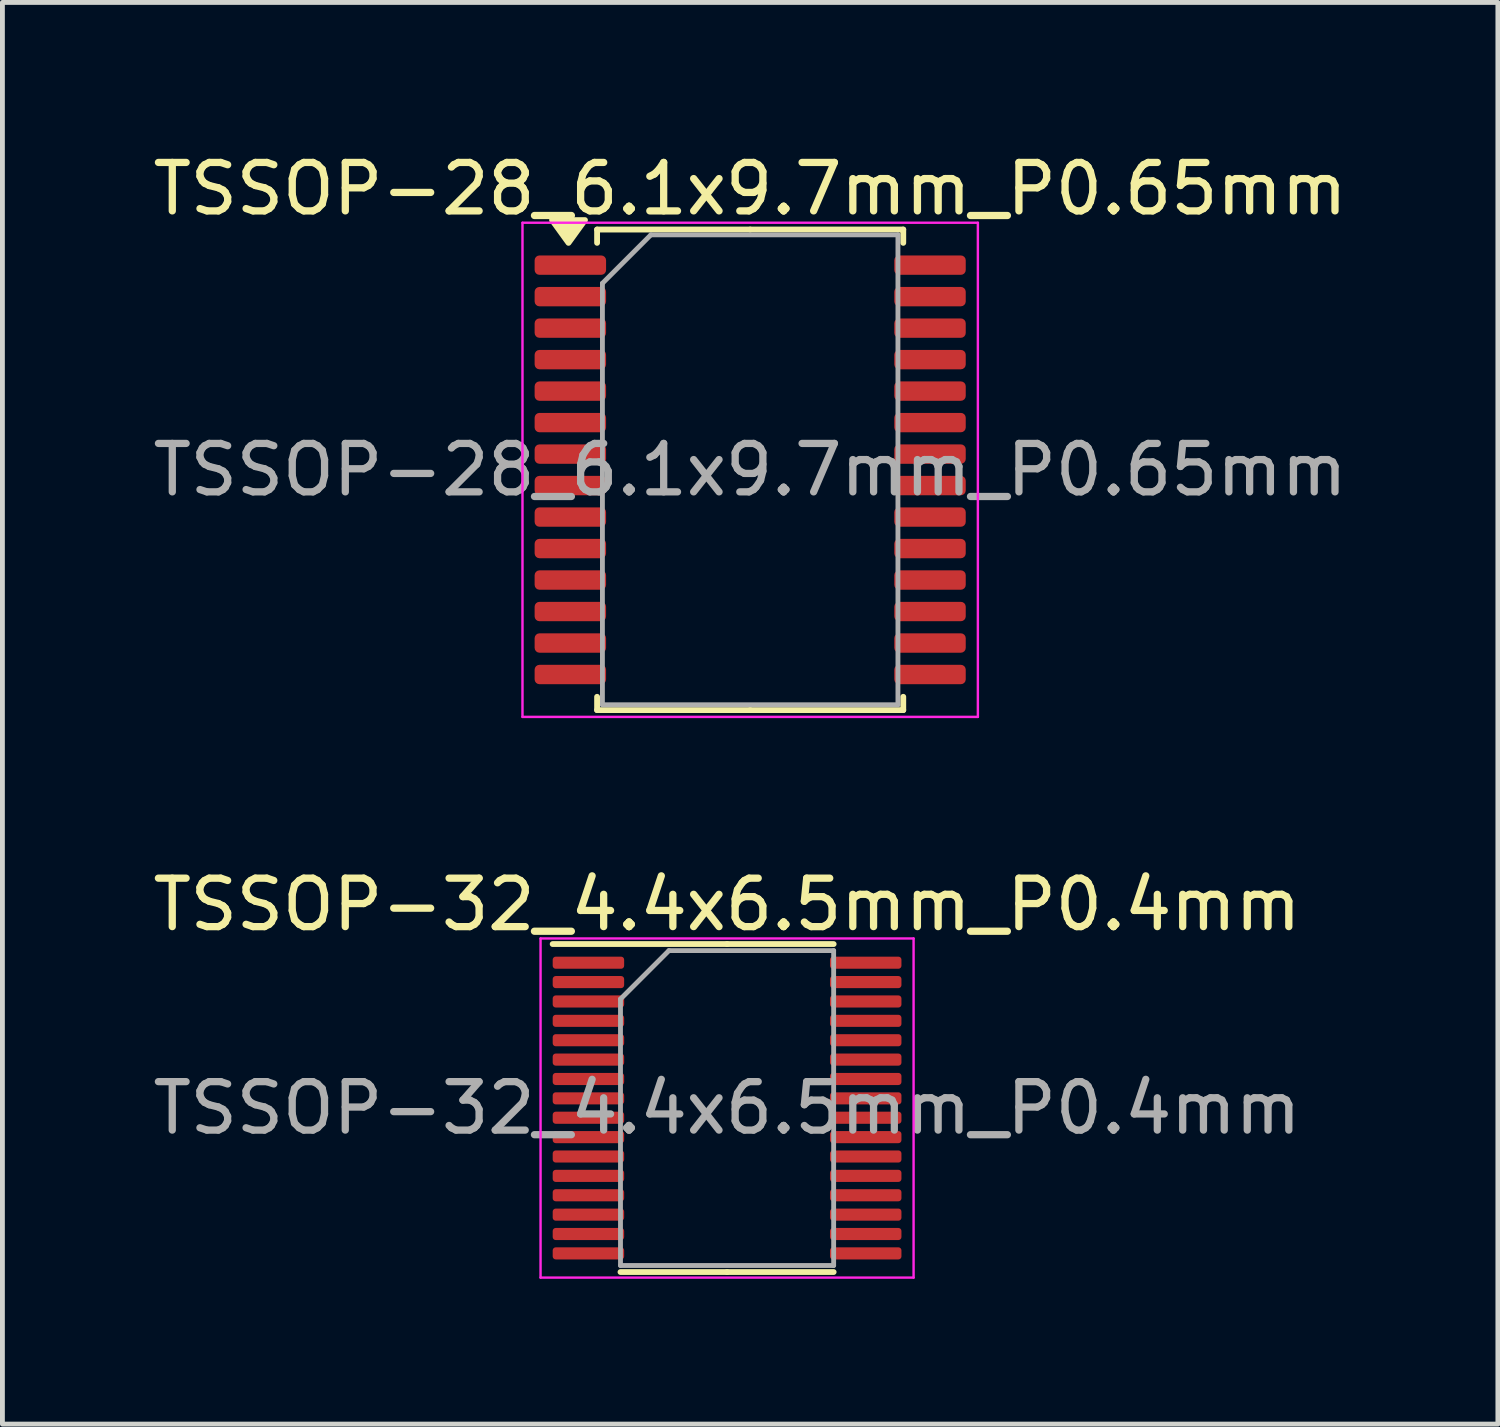
<source format=kicad_pcb>
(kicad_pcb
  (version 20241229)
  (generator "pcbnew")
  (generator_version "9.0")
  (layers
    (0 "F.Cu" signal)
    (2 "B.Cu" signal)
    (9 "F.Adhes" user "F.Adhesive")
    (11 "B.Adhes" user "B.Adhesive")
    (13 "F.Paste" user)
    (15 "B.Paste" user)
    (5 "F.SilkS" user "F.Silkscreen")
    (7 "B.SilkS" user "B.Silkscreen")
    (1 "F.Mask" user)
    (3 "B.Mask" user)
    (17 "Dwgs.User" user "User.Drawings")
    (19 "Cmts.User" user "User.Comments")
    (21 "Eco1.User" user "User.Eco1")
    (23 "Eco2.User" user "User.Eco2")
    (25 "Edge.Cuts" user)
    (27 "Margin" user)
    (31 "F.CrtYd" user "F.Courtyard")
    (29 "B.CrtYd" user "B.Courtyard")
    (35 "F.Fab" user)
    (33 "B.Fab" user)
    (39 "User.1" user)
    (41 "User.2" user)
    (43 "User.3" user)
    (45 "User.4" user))
  (footprint "TSSOP-32_4.4x6.5mm_P0.4mm"
    (layer "F.Cu")
    (at 11.958 19.822)
    (property "Reference" "TSSOP-32_4.4x6.5mm_P0.4mm" (at 0 -4.2 0) (layer "F.SilkS") (effects (font (size 1 1) (thickness 0.15))))
    (attr smd)
    (fp_line (start 0 -3.385) (end -3.6 -3.385) (stroke (width 0.12) (type solid)) (layer "F.SilkS"))
    (fp_line (start 0 -3.385) (end 2.2 -3.385) (stroke (width 0.12) (type solid)) (layer "F.SilkS"))
    (fp_line (start 0 3.385) (end -2.2 3.385) (stroke (width 0.12) (type solid)) (layer "F.SilkS"))
    (fp_line (start 0 3.385) (end 2.2 3.385) (stroke (width 0.12) (type solid)) (layer "F.SilkS"))
    (fp_line (start -3.85 -3.5) (end -3.85 3.5) (stroke (width 0.05) (type solid)) (layer "F.CrtYd"))
    (fp_line (start -3.85 3.5) (end 3.85 3.5) (stroke (width 0.05) (type solid)) (layer "F.CrtYd"))
    (fp_line (start 3.85 -3.5) (end -3.85 -3.5) (stroke (width 0.05) (type solid)) (layer "F.CrtYd"))
    (fp_line (start 3.85 3.5) (end 3.85 -3.5) (stroke (width 0.05) (type solid)) (layer "F.CrtYd"))
    (fp_line (start -2.2 -2.25) (end -1.2 -3.25) (stroke (width 0.1) (type solid)) (layer "F.Fab"))
    (fp_line (start -2.2 3.25) (end -2.2 -2.25) (stroke (width 0.1) (type solid)) (layer "F.Fab"))
    (fp_line (start -1.2 -3.25) (end 2.2 -3.25) (stroke (width 0.1) (type solid)) (layer "F.Fab"))
    (fp_line (start 2.2 -3.25) (end 2.2 3.25) (stroke (width 0.1) (type solid)) (layer "F.Fab"))
    (fp_line (start 2.2 3.25) (end -2.2 3.25) (stroke (width 0.1) (type solid)) (layer "F.Fab"))
    (fp_text user "${REFERENCE}" (at 0 0 0) (layer "F.Fab") (effects (font (size 1 1) (thickness 0.15))))
    (pad "1" smd roundrect (at -2.862 -3) (size 1.475 0.25) (layers "F.Cu" "F.Mask" "F.Paste") (roundrect_rratio 0.25))
    (pad "2" smd roundrect (at -2.862 -2.6) (size 1.475 0.25) (layers "F.Cu" "F.Mask" "F.Paste") (roundrect_rratio 0.25))
    (pad "3" smd roundrect (at -2.862 -2.2) (size 1.475 0.25) (layers "F.Cu" "F.Mask" "F.Paste") (roundrect_rratio 0.25))
    (pad "4" smd roundrect (at -2.862 -1.8) (size 1.475 0.25) (layers "F.Cu" "F.Mask" "F.Paste") (roundrect_rratio 0.25))
    (pad "5" smd roundrect (at -2.862 -1.4) (size 1.475 0.25) (layers "F.Cu" "F.Mask" "F.Paste") (roundrect_rratio 0.25))
    (pad "6" smd roundrect (at -2.862 -1) (size 1.475 0.25) (layers "F.Cu" "F.Mask" "F.Paste") (roundrect_rratio 0.25))
    (pad "7" smd roundrect (at -2.862 -0.6) (size 1.475 0.25) (layers "F.Cu" "F.Mask" "F.Paste") (roundrect_rratio 0.25))
    (pad "8" smd roundrect (at -2.862 -0.2) (size 1.475 0.25) (layers "F.Cu" "F.Mask" "F.Paste") (roundrect_rratio 0.25))
    (pad "9" smd roundrect (at -2.862 0.2) (size 1.475 0.25) (layers "F.Cu" "F.Mask" "F.Paste") (roundrect_rratio 0.25))
    (pad "10" smd roundrect (at -2.862 0.6) (size 1.475 0.25) (layers "F.Cu" "F.Mask" "F.Paste") (roundrect_rratio 0.25))
    (pad "11" smd roundrect (at -2.862 1) (size 1.475 0.25) (layers "F.Cu" "F.Mask" "F.Paste") (roundrect_rratio 0.25))
    (pad "12" smd roundrect (at -2.862 1.4) (size 1.475 0.25) (layers "F.Cu" "F.Mask" "F.Paste") (roundrect_rratio 0.25))
    (pad "13" smd roundrect (at -2.862 1.8) (size 1.475 0.25) (layers "F.Cu" "F.Mask" "F.Paste") (roundrect_rratio 0.25))
    (pad "14" smd roundrect (at -2.862 2.2) (size 1.475 0.25) (layers "F.Cu" "F.Mask" "F.Paste") (roundrect_rratio 0.25))
    (pad "15" smd roundrect (at -2.862 2.6) (size 1.475 0.25) (layers "F.Cu" "F.Mask" "F.Paste") (roundrect_rratio 0.25))
    (pad "16" smd roundrect (at -2.862 3) (size 1.475 0.25) (layers "F.Cu" "F.Mask" "F.Paste") (roundrect_rratio 0.25))
    (pad "17" smd roundrect (at 2.862 3) (size 1.475 0.25) (layers "F.Cu" "F.Mask" "F.Paste") (roundrect_rratio 0.25))
    (pad "18" smd roundrect (at 2.862 2.6) (size 1.475 0.25) (layers "F.Cu" "F.Mask" "F.Paste") (roundrect_rratio 0.25))
    (pad "19" smd roundrect (at 2.862 2.2) (size 1.475 0.25) (layers "F.Cu" "F.Mask" "F.Paste") (roundrect_rratio 0.25))
    (pad "20" smd roundrect (at 2.862 1.8) (size 1.475 0.25) (layers "F.Cu" "F.Mask" "F.Paste") (roundrect_rratio 0.25))
    (pad "21" smd roundrect (at 2.862 1.4) (size 1.475 0.25) (layers "F.Cu" "F.Mask" "F.Paste") (roundrect_rratio 0.25))
    (pad "22" smd roundrect (at 2.862 1) (size 1.475 0.25) (layers "F.Cu" "F.Mask" "F.Paste") (roundrect_rratio 0.25))
    (pad "23" smd roundrect (at 2.862 0.6) (size 1.475 0.25) (layers "F.Cu" "F.Mask" "F.Paste") (roundrect_rratio 0.25))
    (pad "24" smd roundrect (at 2.862 0.2) (size 1.475 0.25) (layers "F.Cu" "F.Mask" "F.Paste") (roundrect_rratio 0.25))
    (pad "25" smd roundrect (at 2.862 -0.2) (size 1.475 0.25) (layers "F.Cu" "F.Mask" "F.Paste") (roundrect_rratio 0.25))
    (pad "26" smd roundrect (at 2.862 -0.6) (size 1.475 0.25) (layers "F.Cu" "F.Mask" "F.Paste") (roundrect_rratio 0.25))
    (pad "27" smd roundrect (at 2.862 -1) (size 1.475 0.25) (layers "F.Cu" "F.Mask" "F.Paste") (roundrect_rratio 0.25))
    (pad "28" smd roundrect (at 2.862 -1.4) (size 1.475 0.25) (layers "F.Cu" "F.Mask" "F.Paste") (roundrect_rratio 0.25))
    (pad "29" smd roundrect (at 2.862 -1.8) (size 1.475 0.25) (layers "F.Cu" "F.Mask" "F.Paste") (roundrect_rratio 0.25))
    (pad "30" smd roundrect (at 2.862 -2.2) (size 1.475 0.25) (layers "F.Cu" "F.Mask" "F.Paste") (roundrect_rratio 0.25))
    (pad "31" smd roundrect (at 2.862 -2.6) (size 1.475 0.25) (layers "F.Cu" "F.Mask" "F.Paste") (roundrect_rratio 0.25))
    (pad "32" smd roundrect (at 2.862 -3) (size 1.475 0.25) (layers "F.Cu" "F.Mask" "F.Paste") (roundrect_rratio 0.25)))
  (footprint "TSSOP-28_6.1x9.7mm_P0.65mm"
    (layer "F.Cu")
    (at 12.435 6.648)
    (property "Reference" "TSSOP-28_6.1x9.7mm_P0.65mm" (at 0 -5.8 0) (layer "F.SilkS") (effects (font (size 1 1) (thickness 0.15))))
    (attr smd)
    (fp_line (start -3.16 -4.96) (end -3.16 -4.685) (stroke (width 0.12) (type solid)) (layer "F.SilkS"))
    (fp_line (start -3.16 4.96) (end -3.16 4.685) (stroke (width 0.12) (type solid)) (layer "F.SilkS"))
    (fp_line (start 0 -4.96) (end -3.16 -4.96) (stroke (width 0.12) (type solid)) (layer "F.SilkS"))
    (fp_line (start 0 -4.96) (end 3.16 -4.96) (stroke (width 0.12) (type solid)) (layer "F.SilkS"))
    (fp_line (start 0 4.96) (end -3.16 4.96) (stroke (width 0.12) (type solid)) (layer "F.SilkS"))
    (fp_line (start 0 4.96) (end 3.16 4.96) (stroke (width 0.12) (type solid)) (layer "F.SilkS"))
    (fp_line (start 3.16 -4.96) (end 3.16 -4.685) (stroke (width 0.12) (type solid)) (layer "F.SilkS"))
    (fp_line (start 3.16 4.96) (end 3.16 4.685) (stroke (width 0.12) (type solid)) (layer "F.SilkS"))
    (fp_poly (pts (xy -3.75 -4.685) (xy -4.09 -5.155) (xy -3.41 -5.155) (xy -3.75 -4.685)) (stroke (width 0.12) (type solid)) (fill yes) (layer "F.SilkS"))
    (fp_line (start -4.7 -5.1) (end -4.7 5.1) (stroke (width 0.05) (type solid)) (layer "F.CrtYd"))
    (fp_line (start -4.7 5.1) (end 4.7 5.1) (stroke (width 0.05) (type solid)) (layer "F.CrtYd"))
    (fp_line (start 4.7 -5.1) (end -4.7 -5.1) (stroke (width 0.05) (type solid)) (layer "F.CrtYd"))
    (fp_line (start 4.7 5.1) (end 4.7 -5.1) (stroke (width 0.05) (type solid)) (layer "F.CrtYd"))
    (fp_line (start -3.05 -3.85) (end -2.05 -4.85) (stroke (width 0.1) (type solid)) (layer "F.Fab"))
    (fp_line (start -3.05 4.85) (end -3.05 -3.85) (stroke (width 0.1) (type solid)) (layer "F.Fab"))
    (fp_line (start -2.05 -4.85) (end 3.05 -4.85) (stroke (width 0.1) (type solid)) (layer "F.Fab"))
    (fp_line (start 3.05 -4.85) (end 3.05 4.85) (stroke (width 0.1) (type solid)) (layer "F.Fab"))
    (fp_line (start 3.05 4.85) (end -3.05 4.85) (stroke (width 0.1) (type solid)) (layer "F.Fab"))
    (fp_text user "${REFERENCE}" (at 0 0 0) (layer "F.Fab") (effects (font (size 1 1) (thickness 0.15))))
    (pad "1" smd roundrect (at -3.712 -4.225) (size 1.475 0.4) (layers "F.Cu" "F.Mask" "F.Paste") (roundrect_rratio 0.25))
    (pad "2" smd roundrect (at -3.712 -3.575) (size 1.475 0.4) (layers "F.Cu" "F.Mask" "F.Paste") (roundrect_rratio 0.25))
    (pad "3" smd roundrect (at -3.712 -2.925) (size 1.475 0.4) (layers "F.Cu" "F.Mask" "F.Paste") (roundrect_rratio 0.25))
    (pad "4" smd roundrect (at -3.712 -2.275) (size 1.475 0.4) (layers "F.Cu" "F.Mask" "F.Paste") (roundrect_rratio 0.25))
    (pad "5" smd roundrect (at -3.712 -1.625) (size 1.475 0.4) (layers "F.Cu" "F.Mask" "F.Paste") (roundrect_rratio 0.25))
    (pad "6" smd roundrect (at -3.712 -0.975) (size 1.475 0.4) (layers "F.Cu" "F.Mask" "F.Paste") (roundrect_rratio 0.25))
    (pad "7" smd roundrect (at -3.712 -0.325) (size 1.475 0.4) (layers "F.Cu" "F.Mask" "F.Paste") (roundrect_rratio 0.25))
    (pad "8" smd roundrect (at -3.712 0.325) (size 1.475 0.4) (layers "F.Cu" "F.Mask" "F.Paste") (roundrect_rratio 0.25))
    (pad "9" smd roundrect (at -3.712 0.975) (size 1.475 0.4) (layers "F.Cu" "F.Mask" "F.Paste") (roundrect_rratio 0.25))
    (pad "10" smd roundrect (at -3.712 1.625) (size 1.475 0.4) (layers "F.Cu" "F.Mask" "F.Paste") (roundrect_rratio 0.25))
    (pad "11" smd roundrect (at -3.712 2.275) (size 1.475 0.4) (layers "F.Cu" "F.Mask" "F.Paste") (roundrect_rratio 0.25))
    (pad "12" smd roundrect (at -3.712 2.925) (size 1.475 0.4) (layers "F.Cu" "F.Mask" "F.Paste") (roundrect_rratio 0.25))
    (pad "13" smd roundrect (at -3.712 3.575) (size 1.475 0.4) (layers "F.Cu" "F.Mask" "F.Paste") (roundrect_rratio 0.25))
    (pad "14" smd roundrect (at -3.712 4.225) (size 1.475 0.4) (layers "F.Cu" "F.Mask" "F.Paste") (roundrect_rratio 0.25))
    (pad "15" smd roundrect (at 3.712 4.225) (size 1.475 0.4) (layers "F.Cu" "F.Mask" "F.Paste") (roundrect_rratio 0.25))
    (pad "16" smd roundrect (at 3.712 3.575) (size 1.475 0.4) (layers "F.Cu" "F.Mask" "F.Paste") (roundrect_rratio 0.25))
    (pad "17" smd roundrect (at 3.712 2.925) (size 1.475 0.4) (layers "F.Cu" "F.Mask" "F.Paste") (roundrect_rratio 0.25))
    (pad "18" smd roundrect (at 3.712 2.275) (size 1.475 0.4) (layers "F.Cu" "F.Mask" "F.Paste") (roundrect_rratio 0.25))
    (pad "19" smd roundrect (at 3.712 1.625) (size 1.475 0.4) (layers "F.Cu" "F.Mask" "F.Paste") (roundrect_rratio 0.25))
    (pad "20" smd roundrect (at 3.712 0.975) (size 1.475 0.4) (layers "F.Cu" "F.Mask" "F.Paste") (roundrect_rratio 0.25))
    (pad "21" smd roundrect (at 3.712 0.325) (size 1.475 0.4) (layers "F.Cu" "F.Mask" "F.Paste") (roundrect_rratio 0.25))
    (pad "22" smd roundrect (at 3.712 -0.325) (size 1.475 0.4) (layers "F.Cu" "F.Mask" "F.Paste") (roundrect_rratio 0.25))
    (pad "23" smd roundrect (at 3.712 -0.975) (size 1.475 0.4) (layers "F.Cu" "F.Mask" "F.Paste") (roundrect_rratio 0.25))
    (pad "24" smd roundrect (at 3.712 -1.625) (size 1.475 0.4) (layers "F.Cu" "F.Mask" "F.Paste") (roundrect_rratio 0.25))
    (pad "25" smd roundrect (at 3.712 -2.275) (size 1.475 0.4) (layers "F.Cu" "F.Mask" "F.Paste") (roundrect_rratio 0.25))
    (pad "26" smd roundrect (at 3.712 -2.925) (size 1.475 0.4) (layers "F.Cu" "F.Mask" "F.Paste") (roundrect_rratio 0.25))
    (pad "27" smd roundrect (at 3.712 -3.575) (size 1.475 0.4) (layers "F.Cu" "F.Mask" "F.Paste") (roundrect_rratio 0.25))
    (pad "28" smd roundrect (at 3.712 -4.225) (size 1.475 0.4) (layers "F.Cu" "F.Mask" "F.Paste") (roundrect_rratio 0.25)))
  (gr_rect
    (start -3 -3)
    (end 27.869 26.346)
    (stroke (width 0.1) (type default))
    (fill no)
    (layer "Edge.Cuts")))
</source>
